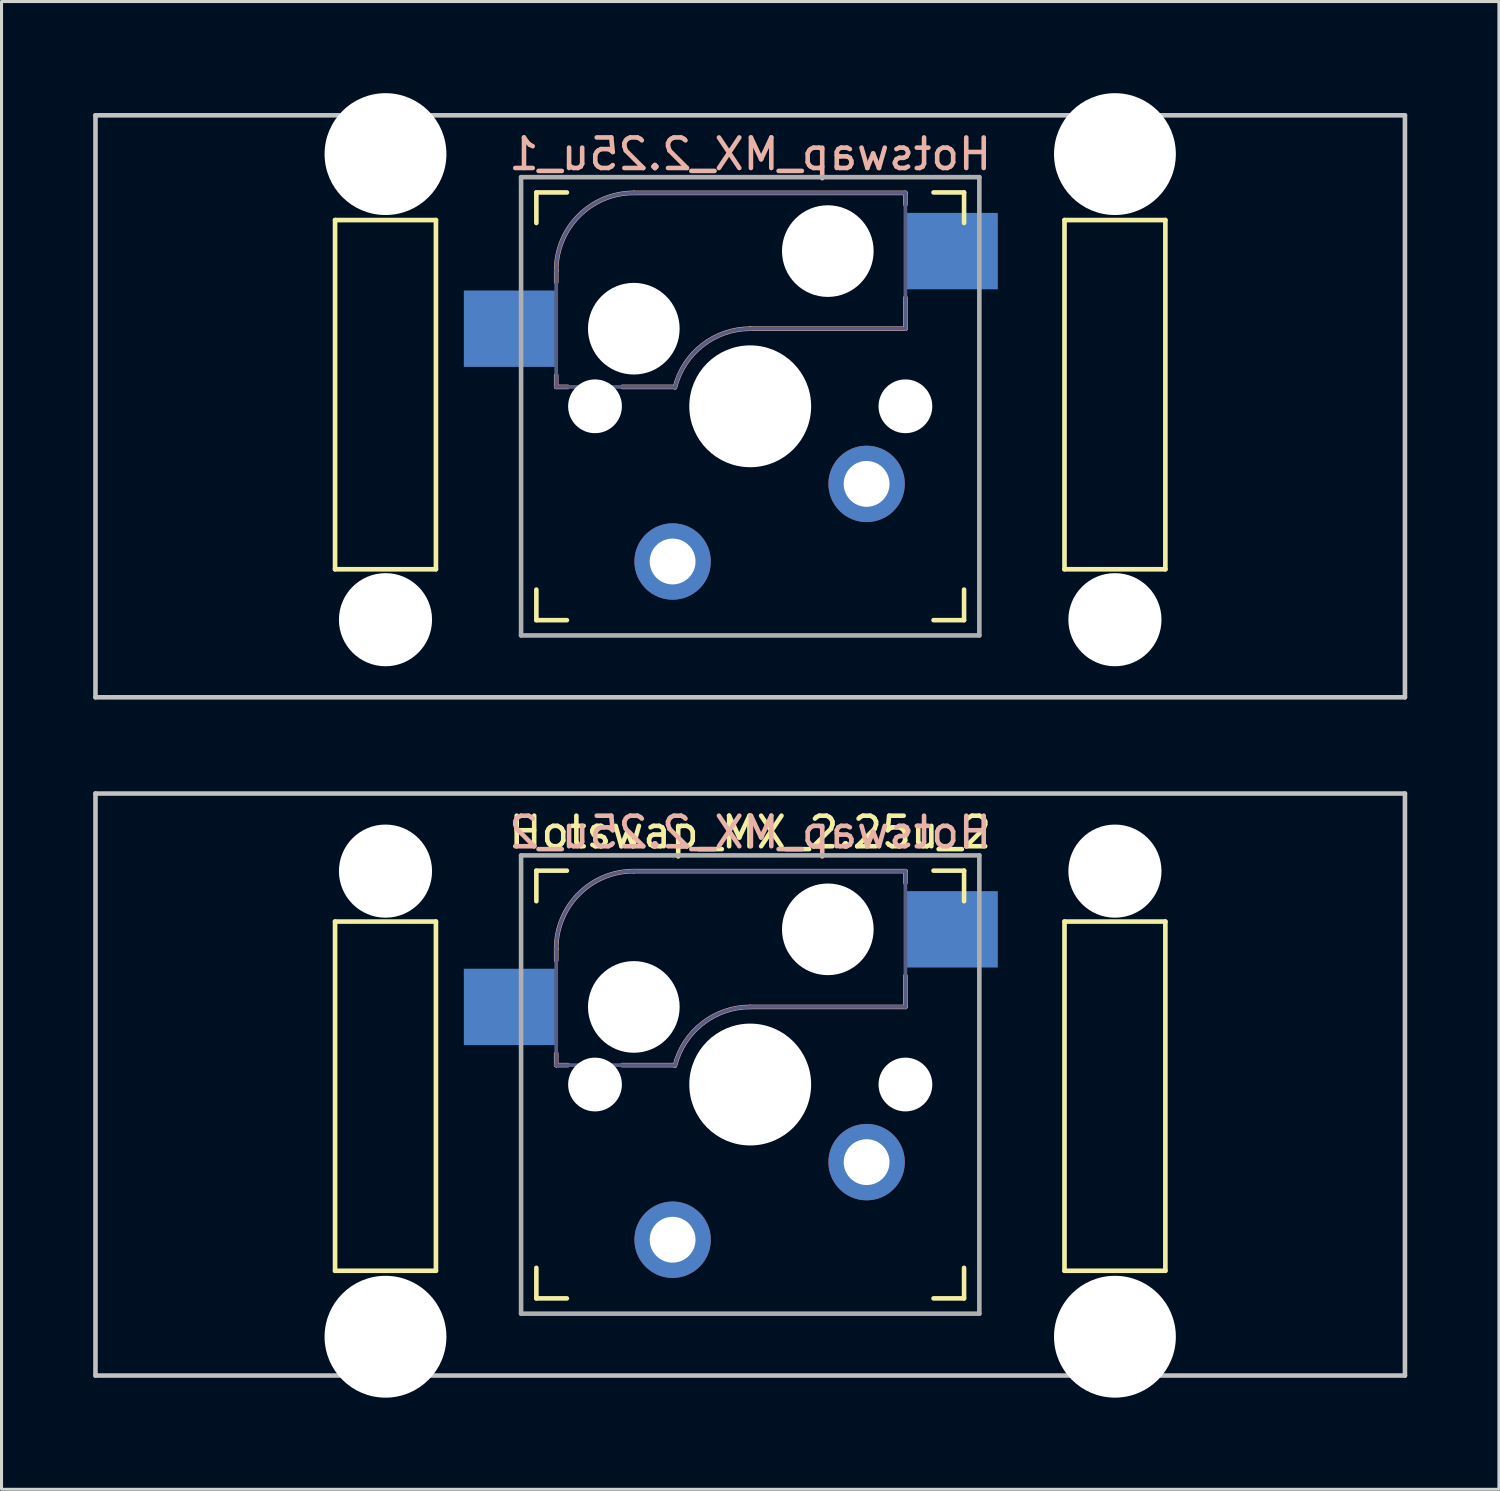
<source format=kicad_pcb>
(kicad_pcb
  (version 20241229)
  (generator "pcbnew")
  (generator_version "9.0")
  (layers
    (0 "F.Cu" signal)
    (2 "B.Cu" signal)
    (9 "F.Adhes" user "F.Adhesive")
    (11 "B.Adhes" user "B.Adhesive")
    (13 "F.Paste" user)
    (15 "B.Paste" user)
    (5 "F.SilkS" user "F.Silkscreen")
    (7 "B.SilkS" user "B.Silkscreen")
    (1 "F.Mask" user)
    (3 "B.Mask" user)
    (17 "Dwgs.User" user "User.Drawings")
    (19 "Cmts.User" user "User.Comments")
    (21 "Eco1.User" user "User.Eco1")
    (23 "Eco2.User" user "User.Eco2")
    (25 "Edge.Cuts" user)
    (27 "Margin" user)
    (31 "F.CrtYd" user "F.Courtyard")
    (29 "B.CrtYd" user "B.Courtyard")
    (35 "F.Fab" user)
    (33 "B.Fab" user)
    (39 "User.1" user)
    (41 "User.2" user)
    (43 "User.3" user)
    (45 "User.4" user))
  (footprint "Hotswap_MX_2.25u_2"
    (layer "F.Cu")
    (at 21.506 32.449)
    (property "Reference" "Hotswap_MX_2.25u_2" (at 0 -8.255 0) (layer "F.SilkS") (effects (font (size 1 1) (thickness 0.15))))
    (attr through_hole)
    (fp_line (start -13.589 -5.334) (end -13.589 6.096) (stroke (width 0.152) (type solid)) (layer "F.SilkS"))
    (fp_line (start -13.589 6.096) (end -10.287 6.096) (stroke (width 0.152) (type solid)) (layer "F.SilkS"))
    (fp_line (start -10.287 -5.334) (end -13.589 -5.334) (stroke (width 0.152) (type solid)) (layer "F.SilkS"))
    (fp_line (start -10.287 6.096) (end -10.287 -5.334) (stroke (width 0.152) (type solid)) (layer "F.SilkS"))
    (fp_line (start -7 -6) (end -7 -7) (stroke (width 0.15) (type solid)) (layer "F.SilkS"))
    (fp_line (start -7 7) (end -7 6) (stroke (width 0.15) (type solid)) (layer "F.SilkS"))
    (fp_line (start -7 7) (end -6 7) (stroke (width 0.15) (type solid)) (layer "F.SilkS"))
    (fp_line (start -6 -7) (end -7 -7) (stroke (width 0.15) (type solid)) (layer "F.SilkS"))
    (fp_line (start 6 7) (end 7 7) (stroke (width 0.15) (type solid)) (layer "F.SilkS"))
    (fp_line (start 7 -7) (end 6 -7) (stroke (width 0.15) (type solid)) (layer "F.SilkS"))
    (fp_line (start 7 -7) (end 7 -6) (stroke (width 0.15) (type solid)) (layer "F.SilkS"))
    (fp_line (start 7 6) (end 7 7) (stroke (width 0.15) (type solid)) (layer "F.SilkS"))
    (fp_line (start 10.287 -5.334) (end 10.287 6.096) (stroke (width 0.152) (type solid)) (layer "F.SilkS"))
    (fp_line (start 10.287 6.096) (end 13.589 6.096) (stroke (width 0.152) (type solid)) (layer "F.SilkS"))
    (fp_line (start 13.589 -5.334) (end 10.287 -5.334) (stroke (width 0.152) (type solid)) (layer "F.SilkS"))
    (fp_line (start 13.589 6.096) (end 13.589 -5.334) (stroke (width 0.152) (type solid)) (layer "F.SilkS"))
    (fp_line (start -6.35 -4.445) (end -6.35 -4.064) (stroke (width 0.15) (type solid)) (layer "B.SilkS"))
    (fp_line (start -6.35 -1.016) (end -6.35 -0.635) (stroke (width 0.15) (type solid)) (layer "B.SilkS"))
    (fp_line (start -6.35 -0.635) (end -5.969 -0.635) (stroke (width 0.15) (type solid)) (layer "B.SilkS"))
    (fp_line (start -4.191 -0.635) (end -2.54 -0.635) (stroke (width 0.15) (type solid)) (layer "B.SilkS"))
    (fp_line (start 0 -2.54) (end 5.08 -2.54) (stroke (width 0.15) (type solid)) (layer "B.SilkS"))
    (fp_line (start 5.08 -6.985) (end -3.81 -6.985) (stroke (width 0.15) (type solid)) (layer "B.SilkS"))
    (fp_line (start 5.08 -6.604) (end 5.08 -6.985) (stroke (width 0.15) (type solid)) (layer "B.SilkS"))
    (fp_line (start 5.08 -2.54) (end 5.08 -3.556) (stroke (width 0.15) (type solid)) (layer "B.SilkS"))
    (fp_arc (start -6.35 -4.445) (mid -5.606051 -6.241051) (end -3.81 -6.985) (stroke (width 0.15) (type solid)) (layer "B.SilkS"))
    (fp_arc (start -2.464162 -0.61604) (mid -1.563147 -2.002042) (end 0 -2.54) (stroke (width 0.15) (type solid)) (layer "B.SilkS"))
    (fp_line (start -21.431 -9.525) (end 21.431 -9.525) (stroke (width 0.15) (type solid)) (layer "Dwgs.User"))
    (fp_line (start -21.431 9.525) (end -21.431 -9.525) (stroke (width 0.15) (type solid)) (layer "Dwgs.User"))
    (fp_line (start -21.431 9.525) (end 21.431 9.525) (stroke (width 0.15) (type solid)) (layer "Dwgs.User"))
    (fp_line (start 21.431 -9.525) (end 21.431 9.525) (stroke (width 0.15) (type solid)) (layer "Dwgs.User"))
    (fp_line (start -6.9 6.9) (end -6.9 -6.9) (stroke (width 0.15) (type solid)) (layer "Eco2.User"))
    (fp_line (start -6.9 6.9) (end 6.9 6.9) (stroke (width 0.15) (type solid)) (layer "Eco2.User"))
    (fp_line (start 6.9 -6.9) (end -6.9 -6.9) (stroke (width 0.15) (type solid)) (layer "Eco2.User"))
    (fp_line (start 6.9 -6.9) (end 6.9 6.9) (stroke (width 0.15) (type solid)) (layer "Eco2.User"))
    (fp_line (start -6.35 -4.445) (end -6.35 -0.635) (stroke (width 0.12) (type solid)) (layer "B.Fab"))
    (fp_line (start -6.35 -0.635) (end -2.54 -0.635) (stroke (width 0.12) (type solid)) (layer "B.Fab"))
    (fp_line (start 0 -2.54) (end 5.08 -2.54) (stroke (width 0.12) (type solid)) (layer "B.Fab"))
    (fp_line (start 5.08 -6.985) (end -3.81 -6.985) (stroke (width 0.12) (type solid)) (layer "B.Fab"))
    (fp_line (start 5.08 -2.54) (end 5.08 -6.985) (stroke (width 0.12) (type solid)) (layer "B.Fab"))
    (fp_arc (start -6.35 -4.445) (mid -5.606051 -6.241051) (end -3.81 -6.985) (stroke (width 0.12) (type solid)) (layer "B.Fab"))
    (fp_arc (start -2.464162 -0.61604) (mid -1.563147 -2.002042) (end 0 -2.54) (stroke (width 0.12) (type solid)) (layer "B.Fab"))
    (fp_line (start -7.5 -7.5) (end 7.5 -7.5) (stroke (width 0.15) (type solid)) (layer "F.Fab"))
    (fp_line (start -7.5 7.5) (end -7.5 -7.5) (stroke (width 0.15) (type solid)) (layer "F.Fab"))
    (fp_line (start 7.5 -7.5) (end 7.5 7.5) (stroke (width 0.15) (type solid)) (layer "F.Fab"))
    (fp_line (start 7.5 7.5) (end -7.5 7.5) (stroke (width 0.15) (type solid)) (layer "F.Fab"))
    (fp_text user "${REFERENCE}" (at 0 -8.255 0) (layer "B.SilkS") (effects (font (size 1 1) (thickness 0.15)) (justify mirror)))
    (pad "" np_thru_hole circle (at -11.938 -6.985) (size 3.048 3.048) (drill 3.048) (layers "*.Cu" "*.Mask"))
    (pad "" np_thru_hole circle (at -11.938 8.255) (size 3.988 3.988) (drill 3.988) (layers "*.Cu" "*.Mask"))
    (pad "" np_thru_hole circle (at -5.08 0 180) (size 1.76 1.76) (drill 1.76) (layers "*.Cu" "*.Mask"))
    (pad "" np_thru_hole circle (at -3.81 -2.54 180) (size 3 3) (drill 3) (layers "*.Cu" "*.Mask"))
    (pad "" np_thru_hole circle (at 0 0 180) (size 3.988 3.988) (drill 3.988) (layers "*.Cu" "*.Mask"))
    (pad "" np_thru_hole circle (at 2.54 -5.08 180) (size 3 3) (drill 3) (layers "*.Cu" "*.Mask"))
    (pad "" np_thru_hole circle (at 5.08 0 180) (size 1.76 1.76) (drill 1.76) (layers "*.Cu" "*.Mask"))
    (pad "" np_thru_hole circle (at 11.938 -6.985) (size 3.048 3.048) (drill 3.048) (layers "*.Cu" "*.Mask"))
    (pad "" np_thru_hole circle (at 11.938 8.255) (size 3.988 3.988) (drill 3.988) (layers "*.Cu" "*.Mask"))
    (pad "1" smd rect (at -7.874 -2.54 180) (size 3 2.5) (layers "B.Cu" "B.Mask" "B.Paste"))
    (pad "1" thru_hole circle (at 3.81 2.54 180) (size 2.5 2.5) (drill 1.5) (layers "*.Cu" "B.Mask"))
    (pad "2" thru_hole circle (at -2.54 5.08 180) (size 2.5 2.5) (drill 1.5) (layers "*.Cu" "B.Mask"))
    (pad "2" smd rect (at 6.604 -5.08 180) (size 3 2.5) (layers "B.Cu" "B.Mask" "B.Paste")))
  (footprint "Hotswap_MX_2.25u_1"
    (layer "F.Cu")
    (at 21.506 10.249)
    (property "Reference" "Hotswap_MX_2.25u_1" (at 0 -8.255 0) (layer "B.SilkS") (effects (font (size 1 1) (thickness 0.15)) (justify mirror)))
    (attr through_hole)
    (fp_line (start -13.589 -6.096) (end -13.589 5.334) (stroke (width 0.152) (type solid)) (layer "F.SilkS"))
    (fp_line (start -13.589 5.334) (end -10.287 5.334) (stroke (width 0.152) (type solid)) (layer "F.SilkS"))
    (fp_line (start -10.287 -6.096) (end -13.589 -6.096) (stroke (width 0.152) (type solid)) (layer "F.SilkS"))
    (fp_line (start -10.287 5.334) (end -10.287 -6.096) (stroke (width 0.152) (type solid)) (layer "F.SilkS"))
    (fp_line (start -7 -6) (end -7 -7) (stroke (width 0.15) (type solid)) (layer "F.SilkS"))
    (fp_line (start -7 7) (end -7 6) (stroke (width 0.15) (type solid)) (layer "F.SilkS"))
    (fp_line (start -7 7) (end -6 7) (stroke (width 0.15) (type solid)) (layer "F.SilkS"))
    (fp_line (start -6 -7) (end -7 -7) (stroke (width 0.15) (type solid)) (layer "F.SilkS"))
    (fp_line (start 6 7) (end 7 7) (stroke (width 0.15) (type solid)) (layer "F.SilkS"))
    (fp_line (start 7 -7) (end 6 -7) (stroke (width 0.15) (type solid)) (layer "F.SilkS"))
    (fp_line (start 7 -7) (end 7 -6) (stroke (width 0.15) (type solid)) (layer "F.SilkS"))
    (fp_line (start 7 6) (end 7 7) (stroke (width 0.15) (type solid)) (layer "F.SilkS"))
    (fp_line (start 10.287 -6.096) (end 10.287 5.334) (stroke (width 0.152) (type solid)) (layer "F.SilkS"))
    (fp_line (start 10.287 5.334) (end 13.589 5.334) (stroke (width 0.152) (type solid)) (layer "F.SilkS"))
    (fp_line (start 13.589 -6.096) (end 10.287 -6.096) (stroke (width 0.152) (type solid)) (layer "F.SilkS"))
    (fp_line (start 13.589 5.334) (end 13.589 -6.096) (stroke (width 0.152) (type solid)) (layer "F.SilkS"))
    (fp_line (start -6.35 -4.445) (end -6.35 -4.064) (stroke (width 0.15) (type solid)) (layer "B.SilkS"))
    (fp_line (start -6.35 -1.016) (end -6.35 -0.635) (stroke (width 0.15) (type solid)) (layer "B.SilkS"))
    (fp_line (start -6.35 -0.635) (end -5.969 -0.635) (stroke (width 0.15) (type solid)) (layer "B.SilkS"))
    (fp_line (start -4.191 -0.635) (end -2.54 -0.635) (stroke (width 0.15) (type solid)) (layer "B.SilkS"))
    (fp_line (start 0 -2.54) (end 5.08 -2.54) (stroke (width 0.15) (type solid)) (layer "B.SilkS"))
    (fp_line (start 5.08 -6.985) (end -3.81 -6.985) (stroke (width 0.15) (type solid)) (layer "B.SilkS"))
    (fp_line (start 5.08 -6.604) (end 5.08 -6.985) (stroke (width 0.15) (type solid)) (layer "B.SilkS"))
    (fp_line (start 5.08 -2.54) (end 5.08 -3.556) (stroke (width 0.15) (type solid)) (layer "B.SilkS"))
    (fp_arc (start -6.35 -4.445) (mid -5.606051 -6.241051) (end -3.81 -6.985) (stroke (width 0.15) (type solid)) (layer "B.SilkS"))
    (fp_arc (start -2.464162 -0.61604) (mid -1.563147 -2.002042) (end 0 -2.54) (stroke (width 0.15) (type solid)) (layer "B.SilkS"))
    (fp_line (start -21.431 -9.525) (end 21.431 -9.525) (stroke (width 0.15) (type solid)) (layer "Dwgs.User"))
    (fp_line (start -21.431 9.525) (end -21.431 -9.525) (stroke (width 0.15) (type solid)) (layer "Dwgs.User"))
    (fp_line (start 21.431 -9.525) (end 21.431 9.525) (stroke (width 0.15) (type solid)) (layer "Dwgs.User"))
    (fp_line (start 21.431 9.525) (end -21.431 9.525) (stroke (width 0.15) (type solid)) (layer "Dwgs.User"))
    (fp_line (start -6.9 6.9) (end -6.9 -6.9) (stroke (width 0.15) (type solid)) (layer "Eco2.User"))
    (fp_line (start -6.9 6.9) (end 6.9 6.9) (stroke (width 0.15) (type solid)) (layer "Eco2.User"))
    (fp_line (start 6.9 -6.9) (end -6.9 -6.9) (stroke (width 0.15) (type solid)) (layer "Eco2.User"))
    (fp_line (start 6.9 -6.9) (end 6.9 6.9) (stroke (width 0.15) (type solid)) (layer "Eco2.User"))
    (fp_line (start -6.35 -4.445) (end -6.35 -0.635) (stroke (width 0.12) (type solid)) (layer "B.Fab"))
    (fp_line (start -6.35 -0.635) (end -2.54 -0.635) (stroke (width 0.12) (type solid)) (layer "B.Fab"))
    (fp_line (start 0 -2.54) (end 5.08 -2.54) (stroke (width 0.12) (type solid)) (layer "B.Fab"))
    (fp_line (start 5.08 -6.985) (end -3.81 -6.985) (stroke (width 0.12) (type solid)) (layer "B.Fab"))
    (fp_line (start 5.08 -2.54) (end 5.08 -6.985) (stroke (width 0.12) (type solid)) (layer "B.Fab"))
    (fp_arc (start -6.35 -4.445) (mid -5.606051 -6.241051) (end -3.81 -6.985) (stroke (width 0.12) (type solid)) (layer "B.Fab"))
    (fp_arc (start -2.464162 -0.61604) (mid -1.563147 -2.002042) (end 0 -2.54) (stroke (width 0.12) (type solid)) (layer "B.Fab"))
    (fp_line (start -7.5 -7.5) (end 7.5 -7.5) (stroke (width 0.15) (type solid)) (layer "F.Fab"))
    (fp_line (start -7.5 7.5) (end -7.5 -7.5) (stroke (width 0.15) (type solid)) (layer "F.Fab"))
    (fp_line (start 7.5 -7.5) (end 7.5 7.5) (stroke (width 0.15) (type solid)) (layer "F.Fab"))
    (fp_line (start 7.5 7.5) (end -7.5 7.5) (stroke (width 0.15) (type solid)) (layer "F.Fab"))
    (pad "" np_thru_hole circle (at -11.938 -8.255 180) (size 3.988 3.988) (drill 3.988) (layers "*.Cu" "*.Mask"))
    (pad "" np_thru_hole circle (at -11.938 6.985 180) (size 3.048 3.048) (drill 3.048) (layers "*.Cu" "*.Mask"))
    (pad "" np_thru_hole circle (at -5.08 0 180) (size 1.76 1.76) (drill 1.76) (layers "*.Cu" "*.Mask"))
    (pad "" np_thru_hole circle (at -3.81 -2.54 180) (size 3 3) (drill 3) (layers "*.Cu" "*.Mask"))
    (pad "" np_thru_hole circle (at 0 0 180) (size 3.988 3.988) (drill 3.988) (layers "*.Cu" "*.Mask"))
    (pad "" np_thru_hole circle (at 2.54 -5.08 180) (size 3 3) (drill 3) (layers "*.Cu" "*.Mask"))
    (pad "" np_thru_hole circle (at 5.08 0 180) (size 1.76 1.76) (drill 1.76) (layers "*.Cu" "*.Mask"))
    (pad "" np_thru_hole circle (at 11.938 -8.255 180) (size 3.988 3.988) (drill 3.988) (layers "*.Cu" "*.Mask"))
    (pad "" np_thru_hole circle (at 11.938 6.985 180) (size 3.048 3.048) (drill 3.048) (layers "*.Cu" "*.Mask"))
    (pad "1" smd rect (at -7.874 -2.54 180) (size 3 2.5) (layers "B.Cu" "B.Mask"))
    (pad "1" thru_hole circle (at 3.81 2.54 180) (size 2.5 2.5) (drill 1.5) (layers "*.Cu" "B.Mask"))
    (pad "2" thru_hole circle (at -2.54 5.08 180) (size 2.5 2.5) (drill 1.5) (layers "*.Cu" "B.Mask"))
    (pad "2" smd rect (at 6.604 -5.08 180) (size 3 2.5) (layers "B.Cu" "B.Mask")))
  (gr_rect
    (start -3 -3)
    (end 46.013 45.698)
    (stroke (width 0.1) (type default))
    (fill no)
    (layer "Edge.Cuts")))
</source>
